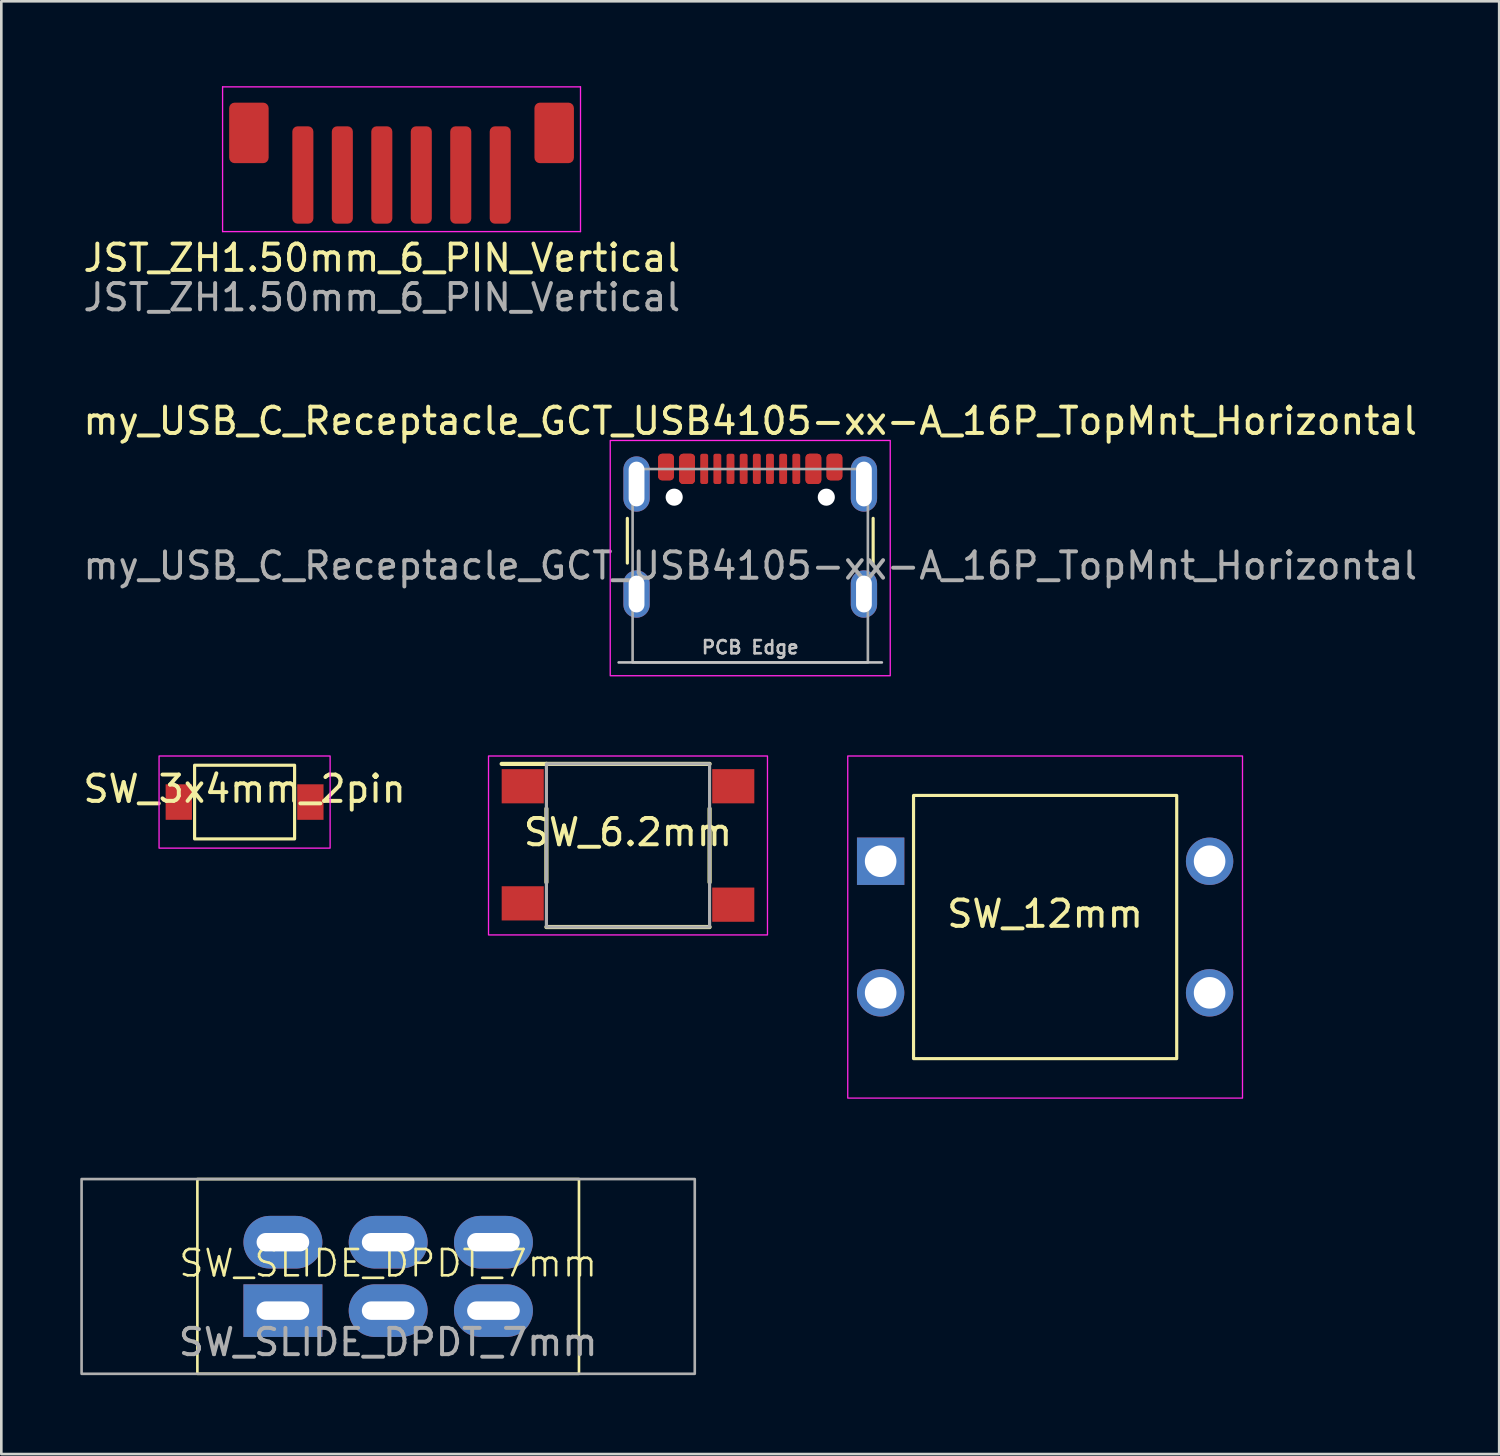
<source format=kicad_pcb>
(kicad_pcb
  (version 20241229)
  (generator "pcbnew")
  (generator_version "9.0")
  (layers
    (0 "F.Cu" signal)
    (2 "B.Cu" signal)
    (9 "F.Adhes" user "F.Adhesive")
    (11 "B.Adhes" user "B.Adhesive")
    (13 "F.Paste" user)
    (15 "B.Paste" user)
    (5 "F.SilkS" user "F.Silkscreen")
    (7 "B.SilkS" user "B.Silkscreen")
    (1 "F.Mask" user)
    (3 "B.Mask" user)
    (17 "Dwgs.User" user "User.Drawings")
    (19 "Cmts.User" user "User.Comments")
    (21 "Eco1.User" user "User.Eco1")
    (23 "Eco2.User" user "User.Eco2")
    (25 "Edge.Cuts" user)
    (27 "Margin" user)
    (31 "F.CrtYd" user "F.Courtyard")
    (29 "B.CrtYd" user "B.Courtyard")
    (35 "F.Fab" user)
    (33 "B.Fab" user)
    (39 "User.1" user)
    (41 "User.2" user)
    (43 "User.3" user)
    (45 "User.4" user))
  (footprint "SW_6.2mm"
    (layer "F.Cu")
    (at 20.813 29.076)
    (property "Reference" "SW_6.2mm" (at 0 -0.5 0) (unlocked yes) (layer "F.SilkS") (effects (font (size 1 1) (thickness 0.15))))
    (attr smd)
    (fp_line (start -3.1 -3.1) (end -4.8 -3.1) (stroke (width 0.16) (type default)) (layer "F.SilkS"))
    (fp_line (start -3.1 -3.1) (end 3.1 -3.1) (stroke (width 0.16) (type default)) (layer "F.SilkS"))
    (fp_line (start -3.1 -1.4) (end -3.1 1.4) (stroke (width 0.16) (type default)) (layer "F.SilkS"))
    (fp_line (start -3.1 3.1) (end 3.1 3.1) (stroke (width 0.16) (type default)) (layer "F.SilkS"))
    (fp_line (start 3.1 -1.4) (end 3.1 1.4) (stroke (width 0.16) (type default)) (layer "F.SilkS"))
    (fp_rect (start -5.3 -3.4) (end 5.3 3.4) (stroke (width 0.05) (type default)) (fill no) (layer "F.CrtYd"))
    (fp_rect (start -3.1 -3.1) (end 3.1 3.1) (stroke (width 0.12) (type default)) (fill no) (layer "F.Fab"))
    (pad "1" smd rect (at -4 -2.25) (size 1.6 1.3) (layers "F.Cu" "F.Mask" "F.Paste"))
    (pad "2" smd rect (at 4 -2.25) (size 1.6 1.3) (layers "F.Cu" "F.Mask" "F.Paste"))
    (pad "3" smd rect (at -4 2.2) (size 1.6 1.3) (layers "F.Cu" "F.Mask" "F.Paste"))
    (pad "4" smd rect (at 4 2.25) (size 1.6 1.3) (layers "F.Cu" "F.Mask" "F.Paste")))
  (footprint "JST_ZH1.50mm_6_PIN_Vertical"
    (layer "F.Cu")
    (at 9.958 0.25)
    (property "Reference" "JST_ZH1.50mm_6_PIN_Vertical" (at 1.5 6.5 0) (layer "F.SilkS") (effects (font (size 1 1) (thickness 0.15))))
    (attr smd)
    (fp_line (start -4.55 0) (end -4.55 5.5) (stroke (width 0.05) (type solid)) (layer "F.CrtYd"))
    (fp_line (start -4.55 5.5) (end 9.05 5.5) (stroke (width 0.05) (type solid)) (layer "F.CrtYd"))
    (fp_line (start 9.05 0) (end -4.55 0) (stroke (width 0.05) (type solid)) (layer "F.CrtYd"))
    (fp_line (start 9.05 5.5) (end 9.05 0) (stroke (width 0.05) (type solid)) (layer "F.CrtYd"))
    (fp_text user "${REFERENCE}" (at 1.5 8 0) (layer "F.Fab") (effects (font (size 1 1) (thickness 0.15))))
    (pad "1" smd roundrect (at -1.5 3.35) (size 0.8 3.7) (layers "F.Cu" "F.Mask" "F.Paste") (roundrect_rratio 0.25))
    (pad "2" smd roundrect (at 0 3.35) (size 0.8 3.7) (layers "F.Cu" "F.Mask" "F.Paste") (roundrect_rratio 0.25))
    (pad "3" smd roundrect (at 1.5 3.35) (size 0.8 3.7) (layers "F.Cu" "F.Mask" "F.Paste") (roundrect_rratio 0.25))
    (pad "4" smd roundrect (at 3 3.35) (size 0.8 3.7) (layers "F.Cu" "F.Mask" "F.Paste") (roundrect_rratio 0.25))
    (pad "5" smd roundrect (at 4.5 3.35) (size 0.8 3.7) (layers "F.Cu" "F.Mask" "F.Paste") (roundrect_rratio 0.25))
    (pad "6" smd roundrect (at 6 3.35) (size 0.8 3.7) (layers "F.Cu" "F.Mask" "F.Paste") (roundrect_rratio 0.25))
    (pad "MP" smd roundrect (at -3.55 1.75) (size 1.5 2.3) (layers "F.Cu" "F.Mask" "F.Paste") (roundrect_rratio 0.139))
    (pad "MP" smd roundrect (at 8.05 1.75) (size 1.5 2.3) (layers "F.Cu" "F.Mask" "F.Paste") (roundrect_rratio 0.139)))
  (footprint "SW_SLIDE_DPDT_7mm"
    (layer "F.Cu")
    (at 11.7 45.452)
    (property "Reference" "SW_SLIDE_DPDT_7mm" (at 0 -0.5 0) (unlocked yes) (layer "F.SilkS") (effects (font (size 1 1) (thickness 0.1))))
    (attr smd)
    (fp_rect (start -7.25 -3.7) (end 7.25 3.7) (stroke (width 0.1) (type default)) (fill no) (layer "F.SilkS"))
    (fp_rect (start -11.65 -3.7) (end 11.65 3.7) (stroke (width 0.1) (type default)) (fill no) (layer "F.Fab"))
    (fp_text user "${REFERENCE}" (at 0 2.5 0) (unlocked yes) (layer "F.Fab") (effects (font (size 1 1) (thickness 0.15))))
    (pad "1" thru_hole rect (at -4 1.3) (size 3 2) (drill oval 2 0.7) (layers "*.Cu" "*.Mask"))
    (pad "2" thru_hole oval (at 0 1.3) (size 3 2) (drill oval 2 0.7) (layers "*.Cu" "*.Mask"))
    (pad "3" thru_hole oval (at 4 1.3) (size 3 2) (drill oval 2 0.7) (layers "*.Cu" "*.Mask"))
    (pad "4" thru_hole oval (at 4 -1.3) (size 3 2) (drill oval 2 0.7) (layers "*.Cu" "*.Mask"))
    (pad "5" thru_hole oval (at 0 -1.3) (size 3 2) (drill oval 2 0.7) (layers "*.Cu" "*.Mask"))
    (pad "6" thru_hole oval (at -4 -1.3) (size 3 2) (drill oval 2 0.7) (layers "*.Cu" "*.Mask")))
  (footprint "SW_3x4mm_2pin"
    (layer "F.Cu")
    (at 6.244 27.427)
    (property "Reference" "SW_3x4mm_2pin" (at 0 -0.5 0) (unlocked yes) (layer "F.SilkS") (effects (font (size 1 1) (thickness 0.15))))
    (attr smd)
    (fp_rect (start -1.9 -1.4) (end 1.9 1.4) (stroke (width 0.12) (type default)) (fill no) (layer "F.SilkS"))
    (fp_rect (start -3.25 -1.75) (end 3.25 1.75) (stroke (width 0.05) (type default)) (fill no) (layer "F.CrtYd"))
    (pad "1" smd rect (at -2.5 0) (size 1 1.35) (layers "F.Cu" "F.Mask" "F.Paste"))
    (pad "2" smd rect (at 2.5 0) (size 1 1.35) (layers "F.Cu" "F.Mask" "F.Paste")))
  (footprint "SW_12mm"
    (layer "F.Cu")
    (at 36.663 32.176)
    (property "Reference" "SW_12mm" (at 0 -0.5 0) (unlocked yes) (layer "F.SilkS") (effects (font (size 1 1) (thickness 0.15))))
    (attr smd)
    (fp_rect (start -5 -5) (end 5 5) (stroke (width 0.12) (type default)) (fill no) (layer "F.SilkS"))
    (fp_rect (start -7.5 -6.5) (end 7.5 6.5) (stroke (width 0.05) (type default)) (fill no) (layer "F.CrtYd"))
    (pad "1" thru_hole rect (at -6.25 -2.5) (size 1.8 1.8) (drill 1.2) (layers "*.Cu" "*.Mask"))
    (pad "2" thru_hole circle (at 6.25 -2.5) (size 1.8 1.8) (drill 1.2) (layers "*.Cu" "*.Mask"))
    (pad "3" thru_hole circle (at -6.25 2.5) (size 1.8 1.8) (drill 1.2) (layers "*.Cu" "*.Mask"))
    (pad "4" thru_hole circle (at 6.25 2.5) (size 1.8 1.8) (drill 1.2) (layers "*.Cu" "*.Mask")))
  (footprint "my_USB_C_Receptacle_GCT_USB4105-xx-A_16P_TopMnt_Horizontal"
    (layer "F.Cu")
    (at 25.458 18.447)
    (property "Reference" "my_USB_C_Receptacle_GCT_USB4105-xx-A_16P_TopMnt_Horizontal" (at 0 -5.5 0) (unlocked yes) (layer "F.SilkS") (effects (font (size 1 1) (thickness 0.15))))
    (attr smd)
    (fp_line (start -4.67 -0.1) (end -4.67 -1.8) (stroke (width 0.12) (type solid)) (layer "F.SilkS"))
    (fp_line (start 4.67 -0.1) (end 4.67 -1.8) (stroke (width 0.12) (type solid)) (layer "F.SilkS"))
    (fp_line (start 5 3.675) (end -5 3.675) (stroke (width 0.1) (type solid)) (layer "Dwgs.User"))
    (fp_rect (start -5.32 -4.76) (end 5.32 4.18) (stroke (width 0.05) (type solid)) (fill no) (layer "F.CrtYd"))
    (fp_rect (start -4.47 -3.675) (end 4.47 3.675) (stroke (width 0.1) (type solid)) (fill no) (layer "F.Fab"))
    (fp_text user "PCB Edge" (at 0 3.1 0) (unlocked yes) (layer "Dwgs.User") (effects (font (size 0.5 0.5) (thickness 0.1))))
    (fp_text user "${REFERENCE}" (at 0 0 0) (unlocked yes) (layer "F.Fab") (effects (font (size 1 1) (thickness 0.15))))
    (pad "" np_thru_hole circle (at -2.89 -2.605) (size 0.65 0.65) (drill 0.65) (layers "*.Cu" "*.Mask"))
    (pad "" np_thru_hole circle (at 2.89 -2.605) (size 0.65 0.65) (drill 0.65) (layers "*.Cu" "*.Mask"))
    (pad "A1" smd roundrect (at -3.2 -3.75) (size 0.6 1.01) (layers "F.Cu" "F.Mask" "F.Paste") (roundrect_rratio 0.25))
    (pad "A4" smd roundrect (at -2.4 -3.68) (size 0.6 1.15) (layers "F.Cu" "F.Mask" "F.Paste") (roundrect_rratio 0.25))
    (pad "A5" smd roundrect (at -1.25 -3.68) (size 0.3 1.15) (layers "F.Cu" "F.Mask" "F.Paste") (roundrect_rratio 0.25))
    (pad "A6" smd roundrect (at -0.25 -3.68) (size 0.3 1.15) (layers "F.Cu" "F.Mask" "F.Paste") (roundrect_rratio 0.25))
    (pad "A7" smd roundrect (at 0.25 -3.68) (size 0.3 1.15) (layers "F.Cu" "F.Mask" "F.Paste") (roundrect_rratio 0.25))
    (pad "A8" smd roundrect (at 1.25 -3.68) (size 0.3 1.15) (layers "F.Cu" "F.Mask" "F.Paste") (roundrect_rratio 0.25))
    (pad "A9" smd roundrect (at 2.4 -3.68) (size 0.6 1.15) (layers "F.Cu" "F.Mask" "F.Paste") (roundrect_rratio 0.25))
    (pad "A12" smd roundrect (at 3.2 -3.75) (size 0.6 1.01) (layers "F.Cu" "F.Mask" "F.Paste") (roundrect_rratio 0.25))
    (pad "B1" smd roundrect (at 3.2 -3.75) (size 0.6 1.01) (layers "F.Cu" "F.Mask" "F.Paste") (roundrect_rratio 0.25))
    (pad "B4" smd roundrect (at 2.4 -3.68) (size 0.6 1.15) (layers "F.Cu" "F.Mask" "F.Paste") (roundrect_rratio 0.25))
    (pad "B5" smd roundrect (at 1.75 -3.68) (size 0.3 1.15) (layers "F.Cu" "F.Mask" "F.Paste") (roundrect_rratio 0.25))
    (pad "B6" smd roundrect (at 0.75 -3.68) (size 0.3 1.15) (layers "F.Cu" "F.Mask" "F.Paste") (roundrect_rratio 0.25))
    (pad "B7" smd roundrect (at -0.75 -3.68) (size 0.3 1.15) (layers "F.Cu" "F.Mask" "F.Paste") (roundrect_rratio 0.25))
    (pad "B8" smd roundrect (at -1.75 -3.68) (size 0.3 1.15) (layers "F.Cu" "F.Mask" "F.Paste") (roundrect_rratio 0.25))
    (pad "B9" smd roundrect (at -2.4 -3.68) (size 0.6 1.15) (layers "F.Cu" "F.Mask" "F.Paste") (roundrect_rratio 0.25))
    (pad "B12" smd roundrect (at -3.2 -3.75) (size 0.6 1.01) (layers "F.Cu" "F.Mask" "F.Paste") (roundrect_rratio 0.25))
    (pad "S1" thru_hole oval (at -4.32 -3.105) (size 1 2.1) (drill oval 0.6 1.7) (layers "*.Cu" "*.Mask" "F.Paste"))
    (pad "S1" thru_hole oval (at -4.32 1.075) (size 1 1.8) (drill oval 0.6 1.4) (layers "*.Cu" "*.Mask" "F.Paste"))
    (pad "S1" thru_hole oval (at 4.32 -3.105) (size 1 2.1) (drill oval 0.6 1.7) (layers "*.Cu" "*.Mask" "F.Paste"))
    (pad "S1" thru_hole oval (at 4.32 1.075) (size 1 1.8) (drill oval 0.6 1.4) (layers "*.Cu" "*.Mask" "F.Paste")))
  (gr_rect
    (start -3 -3)
    (end 53.917 52.202)
    (stroke (width 0.1) (type default))
    (fill no)
    (layer "Edge.Cuts")))
</source>
